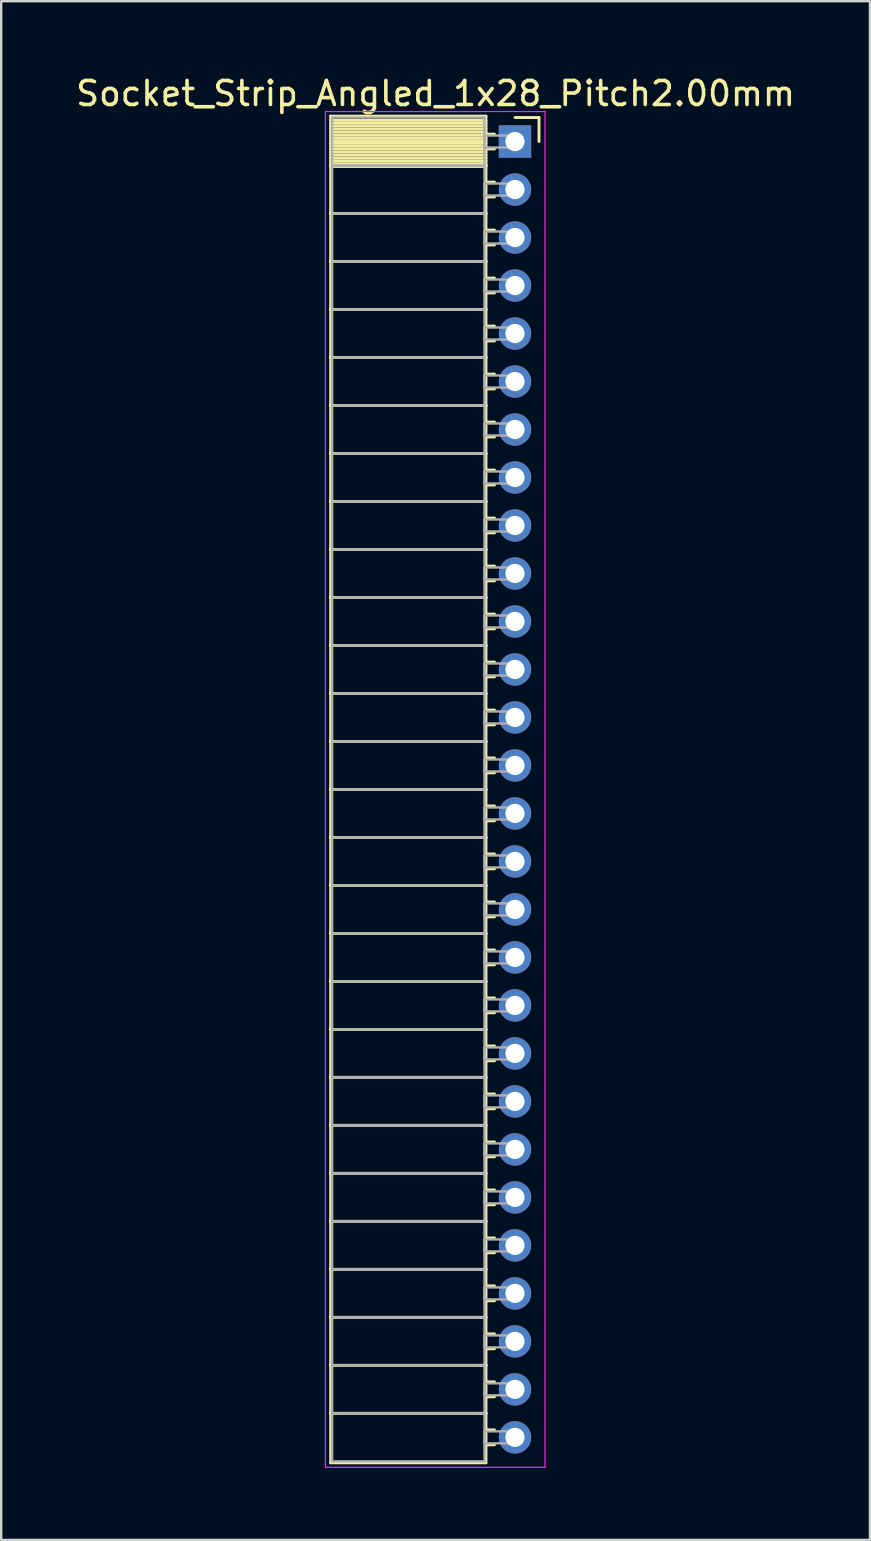
<source format=kicad_pcb>
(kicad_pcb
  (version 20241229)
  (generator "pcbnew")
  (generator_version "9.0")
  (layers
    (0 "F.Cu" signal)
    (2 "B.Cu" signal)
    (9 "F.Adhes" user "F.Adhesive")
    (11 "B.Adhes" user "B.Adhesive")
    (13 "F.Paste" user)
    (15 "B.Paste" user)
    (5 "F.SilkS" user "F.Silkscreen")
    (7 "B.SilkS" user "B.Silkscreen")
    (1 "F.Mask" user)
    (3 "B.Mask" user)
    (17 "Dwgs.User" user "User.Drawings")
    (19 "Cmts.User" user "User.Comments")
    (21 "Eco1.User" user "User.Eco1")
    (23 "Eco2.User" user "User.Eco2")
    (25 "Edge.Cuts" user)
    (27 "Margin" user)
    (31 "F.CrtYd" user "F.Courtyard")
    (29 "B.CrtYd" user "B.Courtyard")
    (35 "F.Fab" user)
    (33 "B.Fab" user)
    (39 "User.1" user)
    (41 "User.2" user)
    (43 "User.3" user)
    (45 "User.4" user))
  (footprint "Socket_Strip_Angled_1x28_Pitch2.00mm"
    (layer "F.Cu")
    (at 18.411 2.848)
    (property "Reference" "Socket_Strip_Angled_1x28_Pitch2.00mm" (at -3.31 -2 0) (layer "F.SilkS") (effects (font (size 1 1) (thickness 0.15))))
    (attr through_hole)
    (fp_line (start -7.68 -1.06) (end -1.21 -1.06) (stroke (width 0.12) (type solid)) (layer "F.SilkS"))
    (fp_line (start -7.68 1) (end -7.68 -1.06) (stroke (width 0.12) (type solid)) (layer "F.SilkS"))
    (fp_line (start -7.68 1) (end -1.21 1) (stroke (width 0.12) (type solid)) (layer "F.SilkS"))
    (fp_line (start -7.68 3) (end -7.68 1) (stroke (width 0.12) (type solid)) (layer "F.SilkS"))
    (fp_line (start -7.68 3) (end -1.21 3) (stroke (width 0.12) (type solid)) (layer "F.SilkS"))
    (fp_line (start -7.68 5) (end -7.68 3) (stroke (width 0.12) (type solid)) (layer "F.SilkS"))
    (fp_line (start -7.68 5) (end -1.21 5) (stroke (width 0.12) (type solid)) (layer "F.SilkS"))
    (fp_line (start -7.68 7) (end -7.68 5) (stroke (width 0.12) (type solid)) (layer "F.SilkS"))
    (fp_line (start -7.68 7) (end -1.21 7) (stroke (width 0.12) (type solid)) (layer "F.SilkS"))
    (fp_line (start -7.68 9) (end -7.68 7) (stroke (width 0.12) (type solid)) (layer "F.SilkS"))
    (fp_line (start -7.68 9) (end -1.21 9) (stroke (width 0.12) (type solid)) (layer "F.SilkS"))
    (fp_line (start -7.68 11) (end -7.68 9) (stroke (width 0.12) (type solid)) (layer "F.SilkS"))
    (fp_line (start -7.68 11) (end -1.21 11) (stroke (width 0.12) (type solid)) (layer "F.SilkS"))
    (fp_line (start -7.68 13) (end -7.68 11) (stroke (width 0.12) (type solid)) (layer "F.SilkS"))
    (fp_line (start -7.68 13) (end -1.21 13) (stroke (width 0.12) (type solid)) (layer "F.SilkS"))
    (fp_line (start -7.68 15) (end -7.68 13) (stroke (width 0.12) (type solid)) (layer "F.SilkS"))
    (fp_line (start -7.68 15) (end -1.21 15) (stroke (width 0.12) (type solid)) (layer "F.SilkS"))
    (fp_line (start -7.68 17) (end -7.68 15) (stroke (width 0.12) (type solid)) (layer "F.SilkS"))
    (fp_line (start -7.68 17) (end -1.21 17) (stroke (width 0.12) (type solid)) (layer "F.SilkS"))
    (fp_line (start -7.68 19) (end -7.68 17) (stroke (width 0.12) (type solid)) (layer "F.SilkS"))
    (fp_line (start -7.68 19) (end -1.21 19) (stroke (width 0.12) (type solid)) (layer "F.SilkS"))
    (fp_line (start -7.68 21) (end -7.68 19) (stroke (width 0.12) (type solid)) (layer "F.SilkS"))
    (fp_line (start -7.68 21) (end -1.21 21) (stroke (width 0.12) (type solid)) (layer "F.SilkS"))
    (fp_line (start -7.68 23) (end -7.68 21) (stroke (width 0.12) (type solid)) (layer "F.SilkS"))
    (fp_line (start -7.68 23) (end -1.21 23) (stroke (width 0.12) (type solid)) (layer "F.SilkS"))
    (fp_line (start -7.68 25) (end -7.68 23) (stroke (width 0.12) (type solid)) (layer "F.SilkS"))
    (fp_line (start -7.68 25) (end -1.21 25) (stroke (width 0.12) (type solid)) (layer "F.SilkS"))
    (fp_line (start -7.68 27) (end -7.68 25) (stroke (width 0.12) (type solid)) (layer "F.SilkS"))
    (fp_line (start -7.68 27) (end -1.21 27) (stroke (width 0.12) (type solid)) (layer "F.SilkS"))
    (fp_line (start -7.68 29) (end -7.68 27) (stroke (width 0.12) (type solid)) (layer "F.SilkS"))
    (fp_line (start -7.68 29) (end -1.21 29) (stroke (width 0.12) (type solid)) (layer "F.SilkS"))
    (fp_line (start -7.68 31) (end -7.68 29) (stroke (width 0.12) (type solid)) (layer "F.SilkS"))
    (fp_line (start -7.68 31) (end -1.21 31) (stroke (width 0.12) (type solid)) (layer "F.SilkS"))
    (fp_line (start -7.68 33) (end -7.68 31) (stroke (width 0.12) (type solid)) (layer "F.SilkS"))
    (fp_line (start -7.68 33) (end -1.21 33) (stroke (width 0.12) (type solid)) (layer "F.SilkS"))
    (fp_line (start -7.68 35) (end -7.68 33) (stroke (width 0.12) (type solid)) (layer "F.SilkS"))
    (fp_line (start -7.68 35) (end -1.21 35) (stroke (width 0.12) (type solid)) (layer "F.SilkS"))
    (fp_line (start -7.68 37) (end -7.68 35) (stroke (width 0.12) (type solid)) (layer "F.SilkS"))
    (fp_line (start -7.68 37) (end -1.21 37) (stroke (width 0.12) (type solid)) (layer "F.SilkS"))
    (fp_line (start -7.68 39) (end -7.68 37) (stroke (width 0.12) (type solid)) (layer "F.SilkS"))
    (fp_line (start -7.68 39) (end -1.21 39) (stroke (width 0.12) (type solid)) (layer "F.SilkS"))
    (fp_line (start -7.68 41) (end -7.68 39) (stroke (width 0.12) (type solid)) (layer "F.SilkS"))
    (fp_line (start -7.68 41) (end -1.21 41) (stroke (width 0.12) (type solid)) (layer "F.SilkS"))
    (fp_line (start -7.68 43) (end -7.68 41) (stroke (width 0.12) (type solid)) (layer "F.SilkS"))
    (fp_line (start -7.68 43) (end -1.21 43) (stroke (width 0.12) (type solid)) (layer "F.SilkS"))
    (fp_line (start -7.68 45) (end -7.68 43) (stroke (width 0.12) (type solid)) (layer "F.SilkS"))
    (fp_line (start -7.68 45) (end -1.21 45) (stroke (width 0.12) (type solid)) (layer "F.SilkS"))
    (fp_line (start -7.68 47) (end -7.68 45) (stroke (width 0.12) (type solid)) (layer "F.SilkS"))
    (fp_line (start -7.68 47) (end -1.21 47) (stroke (width 0.12) (type solid)) (layer "F.SilkS"))
    (fp_line (start -7.68 49) (end -7.68 47) (stroke (width 0.12) (type solid)) (layer "F.SilkS"))
    (fp_line (start -7.68 49) (end -1.21 49) (stroke (width 0.12) (type solid)) (layer "F.SilkS"))
    (fp_line (start -7.68 51) (end -7.68 49) (stroke (width 0.12) (type solid)) (layer "F.SilkS"))
    (fp_line (start -7.68 51) (end -1.21 51) (stroke (width 0.12) (type solid)) (layer "F.SilkS"))
    (fp_line (start -7.68 53) (end -7.68 51) (stroke (width 0.12) (type solid)) (layer "F.SilkS"))
    (fp_line (start -7.68 53) (end -1.21 53) (stroke (width 0.12) (type solid)) (layer "F.SilkS"))
    (fp_line (start -7.68 55.06) (end -7.68 53) (stroke (width 0.12) (type solid)) (layer "F.SilkS"))
    (fp_line (start -1.21 -1.06) (end -1.21 1) (stroke (width 0.12) (type solid)) (layer "F.SilkS"))
    (fp_line (start -1.21 -0.88) (end -7.68 -0.88) (stroke (width 0.12) (type solid)) (layer "F.SilkS"))
    (fp_line (start -1.21 -0.76) (end -7.68 -0.76) (stroke (width 0.12) (type solid)) (layer "F.SilkS"))
    (fp_line (start -1.21 -0.64) (end -7.68 -0.64) (stroke (width 0.12) (type solid)) (layer "F.SilkS"))
    (fp_line (start -1.21 -0.52) (end -7.68 -0.52) (stroke (width 0.12) (type solid)) (layer "F.SilkS"))
    (fp_line (start -1.21 -0.4) (end -7.68 -0.4) (stroke (width 0.12) (type solid)) (layer "F.SilkS"))
    (fp_line (start -1.21 -0.28) (end -7.68 -0.28) (stroke (width 0.12) (type solid)) (layer "F.SilkS"))
    (fp_line (start -1.21 -0.16) (end -7.68 -0.16) (stroke (width 0.12) (type solid)) (layer "F.SilkS"))
    (fp_line (start -1.21 -0.04) (end -7.68 -0.04) (stroke (width 0.12) (type solid)) (layer "F.SilkS"))
    (fp_line (start -1.21 0.08) (end -7.68 0.08) (stroke (width 0.12) (type solid)) (layer "F.SilkS"))
    (fp_line (start -1.21 0.2) (end -7.68 0.2) (stroke (width 0.12) (type solid)) (layer "F.SilkS"))
    (fp_line (start -1.21 0.32) (end -7.68 0.32) (stroke (width 0.12) (type solid)) (layer "F.SilkS"))
    (fp_line (start -1.21 0.44) (end -7.68 0.44) (stroke (width 0.12) (type solid)) (layer "F.SilkS"))
    (fp_line (start -1.21 0.56) (end -7.68 0.56) (stroke (width 0.12) (type solid)) (layer "F.SilkS"))
    (fp_line (start -1.21 0.68) (end -7.68 0.68) (stroke (width 0.12) (type solid)) (layer "F.SilkS"))
    (fp_line (start -1.21 0.8) (end -7.68 0.8) (stroke (width 0.12) (type solid)) (layer "F.SilkS"))
    (fp_line (start -1.21 0.92) (end -7.68 0.92) (stroke (width 0.12) (type solid)) (layer "F.SilkS"))
    (fp_line (start -1.21 1) (end -7.68 1) (stroke (width 0.12) (type solid)) (layer "F.SilkS"))
    (fp_line (start -1.21 1) (end -1.21 3) (stroke (width 0.12) (type solid)) (layer "F.SilkS"))
    (fp_line (start -1.21 1.04) (end -7.68 1.04) (stroke (width 0.12) (type solid)) (layer "F.SilkS"))
    (fp_line (start -1.21 3) (end -7.68 3) (stroke (width 0.12) (type solid)) (layer "F.SilkS"))
    (fp_line (start -1.21 3) (end -1.21 5) (stroke (width 0.12) (type solid)) (layer "F.SilkS"))
    (fp_line (start -1.21 5) (end -7.68 5) (stroke (width 0.12) (type solid)) (layer "F.SilkS"))
    (fp_line (start -1.21 5) (end -1.21 7) (stroke (width 0.12) (type solid)) (layer "F.SilkS"))
    (fp_line (start -1.21 7) (end -7.68 7) (stroke (width 0.12) (type solid)) (layer "F.SilkS"))
    (fp_line (start -1.21 7) (end -1.21 9) (stroke (width 0.12) (type solid)) (layer "F.SilkS"))
    (fp_line (start -1.21 9) (end -7.68 9) (stroke (width 0.12) (type solid)) (layer "F.SilkS"))
    (fp_line (start -1.21 9) (end -1.21 11) (stroke (width 0.12) (type solid)) (layer "F.SilkS"))
    (fp_line (start -1.21 11) (end -7.68 11) (stroke (width 0.12) (type solid)) (layer "F.SilkS"))
    (fp_line (start -1.21 11) (end -1.21 13) (stroke (width 0.12) (type solid)) (layer "F.SilkS"))
    (fp_line (start -1.21 13) (end -7.68 13) (stroke (width 0.12) (type solid)) (layer "F.SilkS"))
    (fp_line (start -1.21 13) (end -1.21 15) (stroke (width 0.12) (type solid)) (layer "F.SilkS"))
    (fp_line (start -1.21 15) (end -7.68 15) (stroke (width 0.12) (type solid)) (layer "F.SilkS"))
    (fp_line (start -1.21 15) (end -1.21 17) (stroke (width 0.12) (type solid)) (layer "F.SilkS"))
    (fp_line (start -1.21 17) (end -7.68 17) (stroke (width 0.12) (type solid)) (layer "F.SilkS"))
    (fp_line (start -1.21 17) (end -1.21 19) (stroke (width 0.12) (type solid)) (layer "F.SilkS"))
    (fp_line (start -1.21 19) (end -7.68 19) (stroke (width 0.12) (type solid)) (layer "F.SilkS"))
    (fp_line (start -1.21 19) (end -1.21 21) (stroke (width 0.12) (type solid)) (layer "F.SilkS"))
    (fp_line (start -1.21 21) (end -7.68 21) (stroke (width 0.12) (type solid)) (layer "F.SilkS"))
    (fp_line (start -1.21 21) (end -1.21 23) (stroke (width 0.12) (type solid)) (layer "F.SilkS"))
    (fp_line (start -1.21 23) (end -7.68 23) (stroke (width 0.12) (type solid)) (layer "F.SilkS"))
    (fp_line (start -1.21 23) (end -1.21 25) (stroke (width 0.12) (type solid)) (layer "F.SilkS"))
    (fp_line (start -1.21 25) (end -7.68 25) (stroke (width 0.12) (type solid)) (layer "F.SilkS"))
    (fp_line (start -1.21 25) (end -1.21 27) (stroke (width 0.12) (type solid)) (layer "F.SilkS"))
    (fp_line (start -1.21 27) (end -7.68 27) (stroke (width 0.12) (type solid)) (layer "F.SilkS"))
    (fp_line (start -1.21 27) (end -1.21 29) (stroke (width 0.12) (type solid)) (layer "F.SilkS"))
    (fp_line (start -1.21 29) (end -7.68 29) (stroke (width 0.12) (type solid)) (layer "F.SilkS"))
    (fp_line (start -1.21 29) (end -1.21 31) (stroke (width 0.12) (type solid)) (layer "F.SilkS"))
    (fp_line (start -1.21 31) (end -7.68 31) (stroke (width 0.12) (type solid)) (layer "F.SilkS"))
    (fp_line (start -1.21 31) (end -1.21 33) (stroke (width 0.12) (type solid)) (layer "F.SilkS"))
    (fp_line (start -1.21 33) (end -7.68 33) (stroke (width 0.12) (type solid)) (layer "F.SilkS"))
    (fp_line (start -1.21 33) (end -1.21 35) (stroke (width 0.12) (type solid)) (layer "F.SilkS"))
    (fp_line (start -1.21 35) (end -7.68 35) (stroke (width 0.12) (type solid)) (layer "F.SilkS"))
    (fp_line (start -1.21 35) (end -1.21 37) (stroke (width 0.12) (type solid)) (layer "F.SilkS"))
    (fp_line (start -1.21 37) (end -7.68 37) (stroke (width 0.12) (type solid)) (layer "F.SilkS"))
    (fp_line (start -1.21 37) (end -1.21 39) (stroke (width 0.12) (type solid)) (layer "F.SilkS"))
    (fp_line (start -1.21 39) (end -7.68 39) (stroke (width 0.12) (type solid)) (layer "F.SilkS"))
    (fp_line (start -1.21 39) (end -1.21 41) (stroke (width 0.12) (type solid)) (layer "F.SilkS"))
    (fp_line (start -1.21 41) (end -7.68 41) (stroke (width 0.12) (type solid)) (layer "F.SilkS"))
    (fp_line (start -1.21 41) (end -1.21 43) (stroke (width 0.12) (type solid)) (layer "F.SilkS"))
    (fp_line (start -1.21 43) (end -7.68 43) (stroke (width 0.12) (type solid)) (layer "F.SilkS"))
    (fp_line (start -1.21 43) (end -1.21 45) (stroke (width 0.12) (type solid)) (layer "F.SilkS"))
    (fp_line (start -1.21 45) (end -7.68 45) (stroke (width 0.12) (type solid)) (layer "F.SilkS"))
    (fp_line (start -1.21 45) (end -1.21 47) (stroke (width 0.12) (type solid)) (layer "F.SilkS"))
    (fp_line (start -1.21 47) (end -7.68 47) (stroke (width 0.12) (type solid)) (layer "F.SilkS"))
    (fp_line (start -1.21 47) (end -1.21 49) (stroke (width 0.12) (type solid)) (layer "F.SilkS"))
    (fp_line (start -1.21 49) (end -7.68 49) (stroke (width 0.12) (type solid)) (layer "F.SilkS"))
    (fp_line (start -1.21 49) (end -1.21 51) (stroke (width 0.12) (type solid)) (layer "F.SilkS"))
    (fp_line (start -1.21 51) (end -7.68 51) (stroke (width 0.12) (type solid)) (layer "F.SilkS"))
    (fp_line (start -1.21 51) (end -1.21 53) (stroke (width 0.12) (type solid)) (layer "F.SilkS"))
    (fp_line (start -1.21 53) (end -7.68 53) (stroke (width 0.12) (type solid)) (layer "F.SilkS"))
    (fp_line (start -1.21 53) (end -1.21 55.06) (stroke (width 0.12) (type solid)) (layer "F.SilkS"))
    (fp_line (start -1.21 55.06) (end -7.68 55.06) (stroke (width 0.12) (type solid)) (layer "F.SilkS"))
    (fp_line (start -0.855 -0.31) (end -1.21 -0.31) (stroke (width 0.12) (type solid)) (layer "F.SilkS"))
    (fp_line (start -0.855 0.31) (end -1.21 0.31) (stroke (width 0.12) (type solid)) (layer "F.SilkS"))
    (fp_line (start -0.855 1.69) (end -1.21 1.69) (stroke (width 0.12) (type solid)) (layer "F.SilkS"))
    (fp_line (start -0.855 2.31) (end -1.21 2.31) (stroke (width 0.12) (type solid)) (layer "F.SilkS"))
    (fp_line (start -0.855 3.69) (end -1.21 3.69) (stroke (width 0.12) (type solid)) (layer "F.SilkS"))
    (fp_line (start -0.855 4.31) (end -1.21 4.31) (stroke (width 0.12) (type solid)) (layer "F.SilkS"))
    (fp_line (start -0.855 5.69) (end -1.21 5.69) (stroke (width 0.12) (type solid)) (layer "F.SilkS"))
    (fp_line (start -0.855 6.31) (end -1.21 6.31) (stroke (width 0.12) (type solid)) (layer "F.SilkS"))
    (fp_line (start -0.855 7.69) (end -1.21 7.69) (stroke (width 0.12) (type solid)) (layer "F.SilkS"))
    (fp_line (start -0.855 8.31) (end -1.21 8.31) (stroke (width 0.12) (type solid)) (layer "F.SilkS"))
    (fp_line (start -0.855 9.69) (end -1.21 9.69) (stroke (width 0.12) (type solid)) (layer "F.SilkS"))
    (fp_line (start -0.855 10.31) (end -1.21 10.31) (stroke (width 0.12) (type solid)) (layer "F.SilkS"))
    (fp_line (start -0.855 11.69) (end -1.21 11.69) (stroke (width 0.12) (type solid)) (layer "F.SilkS"))
    (fp_line (start -0.855 12.31) (end -1.21 12.31) (stroke (width 0.12) (type solid)) (layer "F.SilkS"))
    (fp_line (start -0.855 13.69) (end -1.21 13.69) (stroke (width 0.12) (type solid)) (layer "F.SilkS"))
    (fp_line (start -0.855 14.31) (end -1.21 14.31) (stroke (width 0.12) (type solid)) (layer "F.SilkS"))
    (fp_line (start -0.855 15.69) (end -1.21 15.69) (stroke (width 0.12) (type solid)) (layer "F.SilkS"))
    (fp_line (start -0.855 16.31) (end -1.21 16.31) (stroke (width 0.12) (type solid)) (layer "F.SilkS"))
    (fp_line (start -0.855 17.69) (end -1.21 17.69) (stroke (width 0.12) (type solid)) (layer "F.SilkS"))
    (fp_line (start -0.855 18.31) (end -1.21 18.31) (stroke (width 0.12) (type solid)) (layer "F.SilkS"))
    (fp_line (start -0.855 19.69) (end -1.21 19.69) (stroke (width 0.12) (type solid)) (layer "F.SilkS"))
    (fp_line (start -0.855 20.31) (end -1.21 20.31) (stroke (width 0.12) (type solid)) (layer "F.SilkS"))
    (fp_line (start -0.855 21.69) (end -1.21 21.69) (stroke (width 0.12) (type solid)) (layer "F.SilkS"))
    (fp_line (start -0.855 22.31) (end -1.21 22.31) (stroke (width 0.12) (type solid)) (layer "F.SilkS"))
    (fp_line (start -0.855 23.69) (end -1.21 23.69) (stroke (width 0.12) (type solid)) (layer "F.SilkS"))
    (fp_line (start -0.855 24.31) (end -1.21 24.31) (stroke (width 0.12) (type solid)) (layer "F.SilkS"))
    (fp_line (start -0.855 25.69) (end -1.21 25.69) (stroke (width 0.12) (type solid)) (layer "F.SilkS"))
    (fp_line (start -0.855 26.31) (end -1.21 26.31) (stroke (width 0.12) (type solid)) (layer "F.SilkS"))
    (fp_line (start -0.855 27.69) (end -1.21 27.69) (stroke (width 0.12) (type solid)) (layer "F.SilkS"))
    (fp_line (start -0.855 28.31) (end -1.21 28.31) (stroke (width 0.12) (type solid)) (layer "F.SilkS"))
    (fp_line (start -0.855 29.69) (end -1.21 29.69) (stroke (width 0.12) (type solid)) (layer "F.SilkS"))
    (fp_line (start -0.855 30.31) (end -1.21 30.31) (stroke (width 0.12) (type solid)) (layer "F.SilkS"))
    (fp_line (start -0.855 31.69) (end -1.21 31.69) (stroke (width 0.12) (type solid)) (layer "F.SilkS"))
    (fp_line (start -0.855 32.31) (end -1.21 32.31) (stroke (width 0.12) (type solid)) (layer "F.SilkS"))
    (fp_line (start -0.855 33.69) (end -1.21 33.69) (stroke (width 0.12) (type solid)) (layer "F.SilkS"))
    (fp_line (start -0.855 34.31) (end -1.21 34.31) (stroke (width 0.12) (type solid)) (layer "F.SilkS"))
    (fp_line (start -0.855 35.69) (end -1.21 35.69) (stroke (width 0.12) (type solid)) (layer "F.SilkS"))
    (fp_line (start -0.855 36.31) (end -1.21 36.31) (stroke (width 0.12) (type solid)) (layer "F.SilkS"))
    (fp_line (start -0.855 37.69) (end -1.21 37.69) (stroke (width 0.12) (type solid)) (layer "F.SilkS"))
    (fp_line (start -0.855 38.31) (end -1.21 38.31) (stroke (width 0.12) (type solid)) (layer "F.SilkS"))
    (fp_line (start -0.855 39.69) (end -1.21 39.69) (stroke (width 0.12) (type solid)) (layer "F.SilkS"))
    (fp_line (start -0.855 40.31) (end -1.21 40.31) (stroke (width 0.12) (type solid)) (layer "F.SilkS"))
    (fp_line (start -0.855 41.69) (end -1.21 41.69) (stroke (width 0.12) (type solid)) (layer "F.SilkS"))
    (fp_line (start -0.855 42.31) (end -1.21 42.31) (stroke (width 0.12) (type solid)) (layer "F.SilkS"))
    (fp_line (start -0.855 43.69) (end -1.21 43.69) (stroke (width 0.12) (type solid)) (layer "F.SilkS"))
    (fp_line (start -0.855 44.31) (end -1.21 44.31) (stroke (width 0.12) (type solid)) (layer "F.SilkS"))
    (fp_line (start -0.855 45.69) (end -1.21 45.69) (stroke (width 0.12) (type solid)) (layer "F.SilkS"))
    (fp_line (start -0.855 46.31) (end -1.21 46.31) (stroke (width 0.12) (type solid)) (layer "F.SilkS"))
    (fp_line (start -0.855 47.69) (end -1.21 47.69) (stroke (width 0.12) (type solid)) (layer "F.SilkS"))
    (fp_line (start -0.855 48.31) (end -1.21 48.31) (stroke (width 0.12) (type solid)) (layer "F.SilkS"))
    (fp_line (start -0.855 49.69) (end -1.21 49.69) (stroke (width 0.12) (type solid)) (layer "F.SilkS"))
    (fp_line (start -0.855 50.31) (end -1.21 50.31) (stroke (width 0.12) (type solid)) (layer "F.SilkS"))
    (fp_line (start -0.855 51.69) (end -1.21 51.69) (stroke (width 0.12) (type solid)) (layer "F.SilkS"))
    (fp_line (start -0.855 52.31) (end -1.21 52.31) (stroke (width 0.12) (type solid)) (layer "F.SilkS"))
    (fp_line (start -0.855 53.69) (end -1.21 53.69) (stroke (width 0.12) (type solid)) (layer "F.SilkS"))
    (fp_line (start -0.855 54.31) (end -1.21 54.31) (stroke (width 0.12) (type solid)) (layer "F.SilkS"))
    (fp_line (start 0 -1) (end 1 -1) (stroke (width 0.12) (type solid)) (layer "F.SilkS"))
    (fp_line (start 1 -1) (end 1 0) (stroke (width 0.12) (type solid)) (layer "F.SilkS"))
    (fp_line (start -7.9 -1.25) (end 1.25 -1.25) (stroke (width 0.05) (type solid)) (layer "F.CrtYd"))
    (fp_line (start -7.9 55.25) (end -7.9 -1.25) (stroke (width 0.05) (type solid)) (layer "F.CrtYd"))
    (fp_line (start 1.25 -1.25) (end 1.25 55.25) (stroke (width 0.05) (type solid)) (layer "F.CrtYd"))
    (fp_line (start 1.25 55.25) (end -7.9 55.25) (stroke (width 0.05) (type solid)) (layer "F.CrtYd"))
    (fp_line (start -7.62 -1) (end -1.27 -1) (stroke (width 0.1) (type solid)) (layer "F.Fab"))
    (fp_line (start -7.62 1) (end -7.62 -1) (stroke (width 0.1) (type solid)) (layer "F.Fab"))
    (fp_line (start -7.62 1) (end -1.27 1) (stroke (width 0.1) (type solid)) (layer "F.Fab"))
    (fp_line (start -7.62 3) (end -7.62 1) (stroke (width 0.1) (type solid)) (layer "F.Fab"))
    (fp_line (start -7.62 3) (end -1.27 3) (stroke (width 0.1) (type solid)) (layer "F.Fab"))
    (fp_line (start -7.62 5) (end -7.62 3) (stroke (width 0.1) (type solid)) (layer "F.Fab"))
    (fp_line (start -7.62 5) (end -1.27 5) (stroke (width 0.1) (type solid)) (layer "F.Fab"))
    (fp_line (start -7.62 7) (end -7.62 5) (stroke (width 0.1) (type solid)) (layer "F.Fab"))
    (fp_line (start -7.62 7) (end -1.27 7) (stroke (width 0.1) (type solid)) (layer "F.Fab"))
    (fp_line (start -7.62 9) (end -7.62 7) (stroke (width 0.1) (type solid)) (layer "F.Fab"))
    (fp_line (start -7.62 9) (end -1.27 9) (stroke (width 0.1) (type solid)) (layer "F.Fab"))
    (fp_line (start -7.62 11) (end -7.62 9) (stroke (width 0.1) (type solid)) (layer "F.Fab"))
    (fp_line (start -7.62 11) (end -1.27 11) (stroke (width 0.1) (type solid)) (layer "F.Fab"))
    (fp_line (start -7.62 13) (end -7.62 11) (stroke (width 0.1) (type solid)) (layer "F.Fab"))
    (fp_line (start -7.62 13) (end -1.27 13) (stroke (width 0.1) (type solid)) (layer "F.Fab"))
    (fp_line (start -7.62 15) (end -7.62 13) (stroke (width 0.1) (type solid)) (layer "F.Fab"))
    (fp_line (start -7.62 15) (end -1.27 15) (stroke (width 0.1) (type solid)) (layer "F.Fab"))
    (fp_line (start -7.62 17) (end -7.62 15) (stroke (width 0.1) (type solid)) (layer "F.Fab"))
    (fp_line (start -7.62 17) (end -1.27 17) (stroke (width 0.1) (type solid)) (layer "F.Fab"))
    (fp_line (start -7.62 19) (end -7.62 17) (stroke (width 0.1) (type solid)) (layer "F.Fab"))
    (fp_line (start -7.62 19) (end -1.27 19) (stroke (width 0.1) (type solid)) (layer "F.Fab"))
    (fp_line (start -7.62 21) (end -7.62 19) (stroke (width 0.1) (type solid)) (layer "F.Fab"))
    (fp_line (start -7.62 21) (end -1.27 21) (stroke (width 0.1) (type solid)) (layer "F.Fab"))
    (fp_line (start -7.62 23) (end -7.62 21) (stroke (width 0.1) (type solid)) (layer "F.Fab"))
    (fp_line (start -7.62 23) (end -1.27 23) (stroke (width 0.1) (type solid)) (layer "F.Fab"))
    (fp_line (start -7.62 25) (end -7.62 23) (stroke (width 0.1) (type solid)) (layer "F.Fab"))
    (fp_line (start -7.62 25) (end -1.27 25) (stroke (width 0.1) (type solid)) (layer "F.Fab"))
    (fp_line (start -7.62 27) (end -7.62 25) (stroke (width 0.1) (type solid)) (layer "F.Fab"))
    (fp_line (start -7.62 27) (end -1.27 27) (stroke (width 0.1) (type solid)) (layer "F.Fab"))
    (fp_line (start -7.62 29) (end -7.62 27) (stroke (width 0.1) (type solid)) (layer "F.Fab"))
    (fp_line (start -7.62 29) (end -1.27 29) (stroke (width 0.1) (type solid)) (layer "F.Fab"))
    (fp_line (start -7.62 31) (end -7.62 29) (stroke (width 0.1) (type solid)) (layer "F.Fab"))
    (fp_line (start -7.62 31) (end -1.27 31) (stroke (width 0.1) (type solid)) (layer "F.Fab"))
    (fp_line (start -7.62 33) (end -7.62 31) (stroke (width 0.1) (type solid)) (layer "F.Fab"))
    (fp_line (start -7.62 33) (end -1.27 33) (stroke (width 0.1) (type solid)) (layer "F.Fab"))
    (fp_line (start -7.62 35) (end -7.62 33) (stroke (width 0.1) (type solid)) (layer "F.Fab"))
    (fp_line (start -7.62 35) (end -1.27 35) (stroke (width 0.1) (type solid)) (layer "F.Fab"))
    (fp_line (start -7.62 37) (end -7.62 35) (stroke (width 0.1) (type solid)) (layer "F.Fab"))
    (fp_line (start -7.62 37) (end -1.27 37) (stroke (width 0.1) (type solid)) (layer "F.Fab"))
    (fp_line (start -7.62 39) (end -7.62 37) (stroke (width 0.1) (type solid)) (layer "F.Fab"))
    (fp_line (start -7.62 39) (end -1.27 39) (stroke (width 0.1) (type solid)) (layer "F.Fab"))
    (fp_line (start -7.62 41) (end -7.62 39) (stroke (width 0.1) (type solid)) (layer "F.Fab"))
    (fp_line (start -7.62 41) (end -1.27 41) (stroke (width 0.1) (type solid)) (layer "F.Fab"))
    (fp_line (start -7.62 43) (end -7.62 41) (stroke (width 0.1) (type solid)) (layer "F.Fab"))
    (fp_line (start -7.62 43) (end -1.27 43) (stroke (width 0.1) (type solid)) (layer "F.Fab"))
    (fp_line (start -7.62 45) (end -7.62 43) (stroke (width 0.1) (type solid)) (layer "F.Fab"))
    (fp_line (start -7.62 45) (end -1.27 45) (stroke (width 0.1) (type solid)) (layer "F.Fab"))
    (fp_line (start -7.62 47) (end -7.62 45) (stroke (width 0.1) (type solid)) (layer "F.Fab"))
    (fp_line (start -7.62 47) (end -1.27 47) (stroke (width 0.1) (type solid)) (layer "F.Fab"))
    (fp_line (start -7.62 49) (end -7.62 47) (stroke (width 0.1) (type solid)) (layer "F.Fab"))
    (fp_line (start -7.62 49) (end -1.27 49) (stroke (width 0.1) (type solid)) (layer "F.Fab"))
    (fp_line (start -7.62 51) (end -7.62 49) (stroke (width 0.1) (type solid)) (layer "F.Fab"))
    (fp_line (start -7.62 51) (end -1.27 51) (stroke (width 0.1) (type solid)) (layer "F.Fab"))
    (fp_line (start -7.62 53) (end -7.62 51) (stroke (width 0.1) (type solid)) (layer "F.Fab"))
    (fp_line (start -7.62 53) (end -1.27 53) (stroke (width 0.1) (type solid)) (layer "F.Fab"))
    (fp_line (start -7.62 55) (end -7.62 53) (stroke (width 0.1) (type solid)) (layer "F.Fab"))
    (fp_line (start -1.27 -1) (end -1.27 1) (stroke (width 0.1) (type solid)) (layer "F.Fab"))
    (fp_line (start -1.27 -0.25) (end 0 -0.25) (stroke (width 0.1) (type solid)) (layer "F.Fab"))
    (fp_line (start -1.27 0.25) (end -1.27 -0.25) (stroke (width 0.1) (type solid)) (layer "F.Fab"))
    (fp_line (start -1.27 1) (end -7.62 1) (stroke (width 0.1) (type solid)) (layer "F.Fab"))
    (fp_line (start -1.27 1) (end -1.27 3) (stroke (width 0.1) (type solid)) (layer "F.Fab"))
    (fp_line (start -1.27 1.75) (end 0 1.75) (stroke (width 0.1) (type solid)) (layer "F.Fab"))
    (fp_line (start -1.27 2.25) (end -1.27 1.75) (stroke (width 0.1) (type solid)) (layer "F.Fab"))
    (fp_line (start -1.27 3) (end -7.62 3) (stroke (width 0.1) (type solid)) (layer "F.Fab"))
    (fp_line (start -1.27 3) (end -1.27 5) (stroke (width 0.1) (type solid)) (layer "F.Fab"))
    (fp_line (start -1.27 3.75) (end 0 3.75) (stroke (width 0.1) (type solid)) (layer "F.Fab"))
    (fp_line (start -1.27 4.25) (end -1.27 3.75) (stroke (width 0.1) (type solid)) (layer "F.Fab"))
    (fp_line (start -1.27 5) (end -7.62 5) (stroke (width 0.1) (type solid)) (layer "F.Fab"))
    (fp_line (start -1.27 5) (end -1.27 7) (stroke (width 0.1) (type solid)) (layer "F.Fab"))
    (fp_line (start -1.27 5.75) (end 0 5.75) (stroke (width 0.1) (type solid)) (layer "F.Fab"))
    (fp_line (start -1.27 6.25) (end -1.27 5.75) (stroke (width 0.1) (type solid)) (layer "F.Fab"))
    (fp_line (start -1.27 7) (end -7.62 7) (stroke (width 0.1) (type solid)) (layer "F.Fab"))
    (fp_line (start -1.27 7) (end -1.27 9) (stroke (width 0.1) (type solid)) (layer "F.Fab"))
    (fp_line (start -1.27 7.75) (end 0 7.75) (stroke (width 0.1) (type solid)) (layer "F.Fab"))
    (fp_line (start -1.27 8.25) (end -1.27 7.75) (stroke (width 0.1) (type solid)) (layer "F.Fab"))
    (fp_line (start -1.27 9) (end -7.62 9) (stroke (width 0.1) (type solid)) (layer "F.Fab"))
    (fp_line (start -1.27 9) (end -1.27 11) (stroke (width 0.1) (type solid)) (layer "F.Fab"))
    (fp_line (start -1.27 9.75) (end 0 9.75) (stroke (width 0.1) (type solid)) (layer "F.Fab"))
    (fp_line (start -1.27 10.25) (end -1.27 9.75) (stroke (width 0.1) (type solid)) (layer "F.Fab"))
    (fp_line (start -1.27 11) (end -7.62 11) (stroke (width 0.1) (type solid)) (layer "F.Fab"))
    (fp_line (start -1.27 11) (end -1.27 13) (stroke (width 0.1) (type solid)) (layer "F.Fab"))
    (fp_line (start -1.27 11.75) (end 0 11.75) (stroke (width 0.1) (type solid)) (layer "F.Fab"))
    (fp_line (start -1.27 12.25) (end -1.27 11.75) (stroke (width 0.1) (type solid)) (layer "F.Fab"))
    (fp_line (start -1.27 13) (end -7.62 13) (stroke (width 0.1) (type solid)) (layer "F.Fab"))
    (fp_line (start -1.27 13) (end -1.27 15) (stroke (width 0.1) (type solid)) (layer "F.Fab"))
    (fp_line (start -1.27 13.75) (end 0 13.75) (stroke (width 0.1) (type solid)) (layer "F.Fab"))
    (fp_line (start -1.27 14.25) (end -1.27 13.75) (stroke (width 0.1) (type solid)) (layer "F.Fab"))
    (fp_line (start -1.27 15) (end -7.62 15) (stroke (width 0.1) (type solid)) (layer "F.Fab"))
    (fp_line (start -1.27 15) (end -1.27 17) (stroke (width 0.1) (type solid)) (layer "F.Fab"))
    (fp_line (start -1.27 15.75) (end 0 15.75) (stroke (width 0.1) (type solid)) (layer "F.Fab"))
    (fp_line (start -1.27 16.25) (end -1.27 15.75) (stroke (width 0.1) (type solid)) (layer "F.Fab"))
    (fp_line (start -1.27 17) (end -7.62 17) (stroke (width 0.1) (type solid)) (layer "F.Fab"))
    (fp_line (start -1.27 17) (end -1.27 19) (stroke (width 0.1) (type solid)) (layer "F.Fab"))
    (fp_line (start -1.27 17.75) (end 0 17.75) (stroke (width 0.1) (type solid)) (layer "F.Fab"))
    (fp_line (start -1.27 18.25) (end -1.27 17.75) (stroke (width 0.1) (type solid)) (layer "F.Fab"))
    (fp_line (start -1.27 19) (end -7.62 19) (stroke (width 0.1) (type solid)) (layer "F.Fab"))
    (fp_line (start -1.27 19) (end -1.27 21) (stroke (width 0.1) (type solid)) (layer "F.Fab"))
    (fp_line (start -1.27 19.75) (end 0 19.75) (stroke (width 0.1) (type solid)) (layer "F.Fab"))
    (fp_line (start -1.27 20.25) (end -1.27 19.75) (stroke (width 0.1) (type solid)) (layer "F.Fab"))
    (fp_line (start -1.27 21) (end -7.62 21) (stroke (width 0.1) (type solid)) (layer "F.Fab"))
    (fp_line (start -1.27 21) (end -1.27 23) (stroke (width 0.1) (type solid)) (layer "F.Fab"))
    (fp_line (start -1.27 21.75) (end 0 21.75) (stroke (width 0.1) (type solid)) (layer "F.Fab"))
    (fp_line (start -1.27 22.25) (end -1.27 21.75) (stroke (width 0.1) (type solid)) (layer "F.Fab"))
    (fp_line (start -1.27 23) (end -7.62 23) (stroke (width 0.1) (type solid)) (layer "F.Fab"))
    (fp_line (start -1.27 23) (end -1.27 25) (stroke (width 0.1) (type solid)) (layer "F.Fab"))
    (fp_line (start -1.27 23.75) (end 0 23.75) (stroke (width 0.1) (type solid)) (layer "F.Fab"))
    (fp_line (start -1.27 24.25) (end -1.27 23.75) (stroke (width 0.1) (type solid)) (layer "F.Fab"))
    (fp_line (start -1.27 25) (end -7.62 25) (stroke (width 0.1) (type solid)) (layer "F.Fab"))
    (fp_line (start -1.27 25) (end -1.27 27) (stroke (width 0.1) (type solid)) (layer "F.Fab"))
    (fp_line (start -1.27 25.75) (end 0 25.75) (stroke (width 0.1) (type solid)) (layer "F.Fab"))
    (fp_line (start -1.27 26.25) (end -1.27 25.75) (stroke (width 0.1) (type solid)) (layer "F.Fab"))
    (fp_line (start -1.27 27) (end -7.62 27) (stroke (width 0.1) (type solid)) (layer "F.Fab"))
    (fp_line (start -1.27 27) (end -1.27 29) (stroke (width 0.1) (type solid)) (layer "F.Fab"))
    (fp_line (start -1.27 27.75) (end 0 27.75) (stroke (width 0.1) (type solid)) (layer "F.Fab"))
    (fp_line (start -1.27 28.25) (end -1.27 27.75) (stroke (width 0.1) (type solid)) (layer "F.Fab"))
    (fp_line (start -1.27 29) (end -7.62 29) (stroke (width 0.1) (type solid)) (layer "F.Fab"))
    (fp_line (start -1.27 29) (end -1.27 31) (stroke (width 0.1) (type solid)) (layer "F.Fab"))
    (fp_line (start -1.27 29.75) (end 0 29.75) (stroke (width 0.1) (type solid)) (layer "F.Fab"))
    (fp_line (start -1.27 30.25) (end -1.27 29.75) (stroke (width 0.1) (type solid)) (layer "F.Fab"))
    (fp_line (start -1.27 31) (end -7.62 31) (stroke (width 0.1) (type solid)) (layer "F.Fab"))
    (fp_line (start -1.27 31) (end -1.27 33) (stroke (width 0.1) (type solid)) (layer "F.Fab"))
    (fp_line (start -1.27 31.75) (end 0 31.75) (stroke (width 0.1) (type solid)) (layer "F.Fab"))
    (fp_line (start -1.27 32.25) (end -1.27 31.75) (stroke (width 0.1) (type solid)) (layer "F.Fab"))
    (fp_line (start -1.27 33) (end -7.62 33) (stroke (width 0.1) (type solid)) (layer "F.Fab"))
    (fp_line (start -1.27 33) (end -1.27 35) (stroke (width 0.1) (type solid)) (layer "F.Fab"))
    (fp_line (start -1.27 33.75) (end 0 33.75) (stroke (width 0.1) (type solid)) (layer "F.Fab"))
    (fp_line (start -1.27 34.25) (end -1.27 33.75) (stroke (width 0.1) (type solid)) (layer "F.Fab"))
    (fp_line (start -1.27 35) (end -7.62 35) (stroke (width 0.1) (type solid)) (layer "F.Fab"))
    (fp_line (start -1.27 35) (end -1.27 37) (stroke (width 0.1) (type solid)) (layer "F.Fab"))
    (fp_line (start -1.27 35.75) (end 0 35.75) (stroke (width 0.1) (type solid)) (layer "F.Fab"))
    (fp_line (start -1.27 36.25) (end -1.27 35.75) (stroke (width 0.1) (type solid)) (layer "F.Fab"))
    (fp_line (start -1.27 37) (end -7.62 37) (stroke (width 0.1) (type solid)) (layer "F.Fab"))
    (fp_line (start -1.27 37) (end -1.27 39) (stroke (width 0.1) (type solid)) (layer "F.Fab"))
    (fp_line (start -1.27 37.75) (end 0 37.75) (stroke (width 0.1) (type solid)) (layer "F.Fab"))
    (fp_line (start -1.27 38.25) (end -1.27 37.75) (stroke (width 0.1) (type solid)) (layer "F.Fab"))
    (fp_line (start -1.27 39) (end -7.62 39) (stroke (width 0.1) (type solid)) (layer "F.Fab"))
    (fp_line (start -1.27 39) (end -1.27 41) (stroke (width 0.1) (type solid)) (layer "F.Fab"))
    (fp_line (start -1.27 39.75) (end 0 39.75) (stroke (width 0.1) (type solid)) (layer "F.Fab"))
    (fp_line (start -1.27 40.25) (end -1.27 39.75) (stroke (width 0.1) (type solid)) (layer "F.Fab"))
    (fp_line (start -1.27 41) (end -7.62 41) (stroke (width 0.1) (type solid)) (layer "F.Fab"))
    (fp_line (start -1.27 41) (end -1.27 43) (stroke (width 0.1) (type solid)) (layer "F.Fab"))
    (fp_line (start -1.27 41.75) (end 0 41.75) (stroke (width 0.1) (type solid)) (layer "F.Fab"))
    (fp_line (start -1.27 42.25) (end -1.27 41.75) (stroke (width 0.1) (type solid)) (layer "F.Fab"))
    (fp_line (start -1.27 43) (end -7.62 43) (stroke (width 0.1) (type solid)) (layer "F.Fab"))
    (fp_line (start -1.27 43) (end -1.27 45) (stroke (width 0.1) (type solid)) (layer "F.Fab"))
    (fp_line (start -1.27 43.75) (end 0 43.75) (stroke (width 0.1) (type solid)) (layer "F.Fab"))
    (fp_line (start -1.27 44.25) (end -1.27 43.75) (stroke (width 0.1) (type solid)) (layer "F.Fab"))
    (fp_line (start -1.27 45) (end -7.62 45) (stroke (width 0.1) (type solid)) (layer "F.Fab"))
    (fp_line (start -1.27 45) (end -1.27 47) (stroke (width 0.1) (type solid)) (layer "F.Fab"))
    (fp_line (start -1.27 45.75) (end 0 45.75) (stroke (width 0.1) (type solid)) (layer "F.Fab"))
    (fp_line (start -1.27 46.25) (end -1.27 45.75) (stroke (width 0.1) (type solid)) (layer "F.Fab"))
    (fp_line (start -1.27 47) (end -7.62 47) (stroke (width 0.1) (type solid)) (layer "F.Fab"))
    (fp_line (start -1.27 47) (end -1.27 49) (stroke (width 0.1) (type solid)) (layer "F.Fab"))
    (fp_line (start -1.27 47.75) (end 0 47.75) (stroke (width 0.1) (type solid)) (layer "F.Fab"))
    (fp_line (start -1.27 48.25) (end -1.27 47.75) (stroke (width 0.1) (type solid)) (layer "F.Fab"))
    (fp_line (start -1.27 49) (end -7.62 49) (stroke (width 0.1) (type solid)) (layer "F.Fab"))
    (fp_line (start -1.27 49) (end -1.27 51) (stroke (width 0.1) (type solid)) (layer "F.Fab"))
    (fp_line (start -1.27 49.75) (end 0 49.75) (stroke (width 0.1) (type solid)) (layer "F.Fab"))
    (fp_line (start -1.27 50.25) (end -1.27 49.75) (stroke (width 0.1) (type solid)) (layer "F.Fab"))
    (fp_line (start -1.27 51) (end -7.62 51) (stroke (width 0.1) (type solid)) (layer "F.Fab"))
    (fp_line (start -1.27 51) (end -1.27 53) (stroke (width 0.1) (type solid)) (layer "F.Fab"))
    (fp_line (start -1.27 51.75) (end 0 51.75) (stroke (width 0.1) (type solid)) (layer "F.Fab"))
    (fp_line (start -1.27 52.25) (end -1.27 51.75) (stroke (width 0.1) (type solid)) (layer "F.Fab"))
    (fp_line (start -1.27 53) (end -7.62 53) (stroke (width 0.1) (type solid)) (layer "F.Fab"))
    (fp_line (start -1.27 53) (end -1.27 55) (stroke (width 0.1) (type solid)) (layer "F.Fab"))
    (fp_line (start -1.27 53.75) (end 0 53.75) (stroke (width 0.1) (type solid)) (layer "F.Fab"))
    (fp_line (start -1.27 54.25) (end -1.27 53.75) (stroke (width 0.1) (type solid)) (layer "F.Fab"))
    (fp_line (start -1.27 55) (end -7.62 55) (stroke (width 0.1) (type solid)) (layer "F.Fab"))
    (fp_line (start 0 -0.25) (end 0 0.25) (stroke (width 0.1) (type solid)) (layer "F.Fab"))
    (fp_line (start 0 0.25) (end -1.27 0.25) (stroke (width 0.1) (type solid)) (layer "F.Fab"))
    (fp_line (start 0 1.75) (end 0 2.25) (stroke (width 0.1) (type solid)) (layer "F.Fab"))
    (fp_line (start 0 2.25) (end -1.27 2.25) (stroke (width 0.1) (type solid)) (layer "F.Fab"))
    (fp_line (start 0 3.75) (end 0 4.25) (stroke (width 0.1) (type solid)) (layer "F.Fab"))
    (fp_line (start 0 4.25) (end -1.27 4.25) (stroke (width 0.1) (type solid)) (layer "F.Fab"))
    (fp_line (start 0 5.75) (end 0 6.25) (stroke (width 0.1) (type solid)) (layer "F.Fab"))
    (fp_line (start 0 6.25) (end -1.27 6.25) (stroke (width 0.1) (type solid)) (layer "F.Fab"))
    (fp_line (start 0 7.75) (end 0 8.25) (stroke (width 0.1) (type solid)) (layer "F.Fab"))
    (fp_line (start 0 8.25) (end -1.27 8.25) (stroke (width 0.1) (type solid)) (layer "F.Fab"))
    (fp_line (start 0 9.75) (end 0 10.25) (stroke (width 0.1) (type solid)) (layer "F.Fab"))
    (fp_line (start 0 10.25) (end -1.27 10.25) (stroke (width 0.1) (type solid)) (layer "F.Fab"))
    (fp_line (start 0 11.75) (end 0 12.25) (stroke (width 0.1) (type solid)) (layer "F.Fab"))
    (fp_line (start 0 12.25) (end -1.27 12.25) (stroke (width 0.1) (type solid)) (layer "F.Fab"))
    (fp_line (start 0 13.75) (end 0 14.25) (stroke (width 0.1) (type solid)) (layer "F.Fab"))
    (fp_line (start 0 14.25) (end -1.27 14.25) (stroke (width 0.1) (type solid)) (layer "F.Fab"))
    (fp_line (start 0 15.75) (end 0 16.25) (stroke (width 0.1) (type solid)) (layer "F.Fab"))
    (fp_line (start 0 16.25) (end -1.27 16.25) (stroke (width 0.1) (type solid)) (layer "F.Fab"))
    (fp_line (start 0 17.75) (end 0 18.25) (stroke (width 0.1) (type solid)) (layer "F.Fab"))
    (fp_line (start 0 18.25) (end -1.27 18.25) (stroke (width 0.1) (type solid)) (layer "F.Fab"))
    (fp_line (start 0 19.75) (end 0 20.25) (stroke (width 0.1) (type solid)) (layer "F.Fab"))
    (fp_line (start 0 20.25) (end -1.27 20.25) (stroke (width 0.1) (type solid)) (layer "F.Fab"))
    (fp_line (start 0 21.75) (end 0 22.25) (stroke (width 0.1) (type solid)) (layer "F.Fab"))
    (fp_line (start 0 22.25) (end -1.27 22.25) (stroke (width 0.1) (type solid)) (layer "F.Fab"))
    (fp_line (start 0 23.75) (end 0 24.25) (stroke (width 0.1) (type solid)) (layer "F.Fab"))
    (fp_line (start 0 24.25) (end -1.27 24.25) (stroke (width 0.1) (type solid)) (layer "F.Fab"))
    (fp_line (start 0 25.75) (end 0 26.25) (stroke (width 0.1) (type solid)) (layer "F.Fab"))
    (fp_line (start 0 26.25) (end -1.27 26.25) (stroke (width 0.1) (type solid)) (layer "F.Fab"))
    (fp_line (start 0 27.75) (end 0 28.25) (stroke (width 0.1) (type solid)) (layer "F.Fab"))
    (fp_line (start 0 28.25) (end -1.27 28.25) (stroke (width 0.1) (type solid)) (layer "F.Fab"))
    (fp_line (start 0 29.75) (end 0 30.25) (stroke (width 0.1) (type solid)) (layer "F.Fab"))
    (fp_line (start 0 30.25) (end -1.27 30.25) (stroke (width 0.1) (type solid)) (layer "F.Fab"))
    (fp_line (start 0 31.75) (end 0 32.25) (stroke (width 0.1) (type solid)) (layer "F.Fab"))
    (fp_line (start 0 32.25) (end -1.27 32.25) (stroke (width 0.1) (type solid)) (layer "F.Fab"))
    (fp_line (start 0 33.75) (end 0 34.25) (stroke (width 0.1) (type solid)) (layer "F.Fab"))
    (fp_line (start 0 34.25) (end -1.27 34.25) (stroke (width 0.1) (type solid)) (layer "F.Fab"))
    (fp_line (start 0 35.75) (end 0 36.25) (stroke (width 0.1) (type solid)) (layer "F.Fab"))
    (fp_line (start 0 36.25) (end -1.27 36.25) (stroke (width 0.1) (type solid)) (layer "F.Fab"))
    (fp_line (start 0 37.75) (end 0 38.25) (stroke (width 0.1) (type solid)) (layer "F.Fab"))
    (fp_line (start 0 38.25) (end -1.27 38.25) (stroke (width 0.1) (type solid)) (layer "F.Fab"))
    (fp_line (start 0 39.75) (end 0 40.25) (stroke (width 0.1) (type solid)) (layer "F.Fab"))
    (fp_line (start 0 40.25) (end -1.27 40.25) (stroke (width 0.1) (type solid)) (layer "F.Fab"))
    (fp_line (start 0 41.75) (end 0 42.25) (stroke (width 0.1) (type solid)) (layer "F.Fab"))
    (fp_line (start 0 42.25) (end -1.27 42.25) (stroke (width 0.1) (type solid)) (layer "F.Fab"))
    (fp_line (start 0 43.75) (end 0 44.25) (stroke (width 0.1) (type solid)) (layer "F.Fab"))
    (fp_line (start 0 44.25) (end -1.27 44.25) (stroke (width 0.1) (type solid)) (layer "F.Fab"))
    (fp_line (start 0 45.75) (end 0 46.25) (stroke (width 0.1) (type solid)) (layer "F.Fab"))
    (fp_line (start 0 46.25) (end -1.27 46.25) (stroke (width 0.1) (type solid)) (layer "F.Fab"))
    (fp_line (start 0 47.75) (end 0 48.25) (stroke (width 0.1) (type solid)) (layer "F.Fab"))
    (fp_line (start 0 48.25) (end -1.27 48.25) (stroke (width 0.1) (type solid)) (layer "F.Fab"))
    (fp_line (start 0 49.75) (end 0 50.25) (stroke (width 0.1) (type solid)) (layer "F.Fab"))
    (fp_line (start 0 50.25) (end -1.27 50.25) (stroke (width 0.1) (type solid)) (layer "F.Fab"))
    (fp_line (start 0 51.75) (end 0 52.25) (stroke (width 0.1) (type solid)) (layer "F.Fab"))
    (fp_line (start 0 52.25) (end -1.27 52.25) (stroke (width 0.1) (type solid)) (layer "F.Fab"))
    (fp_line (start 0 53.75) (end 0 54.25) (stroke (width 0.1) (type solid)) (layer "F.Fab"))
    (fp_line (start 0 54.25) (end -1.27 54.25) (stroke (width 0.1) (type solid)) (layer "F.Fab"))
    (pad "1" thru_hole rect (at 0 0) (size 1.35 1.35) (drill 0.8) (layers "*.Cu" "*.Mask"))
    (pad "2" thru_hole oval (at 0 2) (size 1.35 1.35) (drill 0.8) (layers "*.Cu" "*.Mask"))
    (pad "3" thru_hole oval (at 0 4) (size 1.35 1.35) (drill 0.8) (layers "*.Cu" "*.Mask"))
    (pad "4" thru_hole oval (at 0 6) (size 1.35 1.35) (drill 0.8) (layers "*.Cu" "*.Mask"))
    (pad "5" thru_hole oval (at 0 8) (size 1.35 1.35) (drill 0.8) (layers "*.Cu" "*.Mask"))
    (pad "6" thru_hole oval (at 0 10) (size 1.35 1.35) (drill 0.8) (layers "*.Cu" "*.Mask"))
    (pad "7" thru_hole oval (at 0 12) (size 1.35 1.35) (drill 0.8) (layers "*.Cu" "*.Mask"))
    (pad "8" thru_hole oval (at 0 14) (size 1.35 1.35) (drill 0.8) (layers "*.Cu" "*.Mask"))
    (pad "9" thru_hole oval (at 0 16) (size 1.35 1.35) (drill 0.8) (layers "*.Cu" "*.Mask"))
    (pad "10" thru_hole oval (at 0 18) (size 1.35 1.35) (drill 0.8) (layers "*.Cu" "*.Mask"))
    (pad "11" thru_hole oval (at 0 20) (size 1.35 1.35) (drill 0.8) (layers "*.Cu" "*.Mask"))
    (pad "12" thru_hole oval (at 0 22) (size 1.35 1.35) (drill 0.8) (layers "*.Cu" "*.Mask"))
    (pad "13" thru_hole oval (at 0 24) (size 1.35 1.35) (drill 0.8) (layers "*.Cu" "*.Mask"))
    (pad "14" thru_hole oval (at 0 26) (size 1.35 1.35) (drill 0.8) (layers "*.Cu" "*.Mask"))
    (pad "15" thru_hole oval (at 0 28) (size 1.35 1.35) (drill 0.8) (layers "*.Cu" "*.Mask"))
    (pad "16" thru_hole oval (at 0 30) (size 1.35 1.35) (drill 0.8) (layers "*.Cu" "*.Mask"))
    (pad "17" thru_hole oval (at 0 32) (size 1.35 1.35) (drill 0.8) (layers "*.Cu" "*.Mask"))
    (pad "18" thru_hole oval (at 0 34) (size 1.35 1.35) (drill 0.8) (layers "*.Cu" "*.Mask"))
    (pad "19" thru_hole oval (at 0 36) (size 1.35 1.35) (drill 0.8) (layers "*.Cu" "*.Mask"))
    (pad "20" thru_hole oval (at 0 38) (size 1.35 1.35) (drill 0.8) (layers "*.Cu" "*.Mask"))
    (pad "21" thru_hole oval (at 0 40) (size 1.35 1.35) (drill 0.8) (layers "*.Cu" "*.Mask"))
    (pad "22" thru_hole oval (at 0 42) (size 1.35 1.35) (drill 0.8) (layers "*.Cu" "*.Mask"))
    (pad "23" thru_hole oval (at 0 44) (size 1.35 1.35) (drill 0.8) (layers "*.Cu" "*.Mask"))
    (pad "24" thru_hole oval (at 0 46) (size 1.35 1.35) (drill 0.8) (layers "*.Cu" "*.Mask"))
    (pad "25" thru_hole oval (at 0 48) (size 1.35 1.35) (drill 0.8) (layers "*.Cu" "*.Mask"))
    (pad "26" thru_hole oval (at 0 50) (size 1.35 1.35) (drill 0.8) (layers "*.Cu" "*.Mask"))
    (pad "27" thru_hole oval (at 0 52) (size 1.35 1.35) (drill 0.8) (layers "*.Cu" "*.Mask"))
    (pad "28" thru_hole oval (at 0 54) (size 1.35 1.35) (drill 0.8) (layers "*.Cu" "*.Mask")))
  (gr_rect
    (start -3 -3)
    (end 33.202 61.123)
    (stroke (width 0.1) (type default))
    (fill no)
    (layer "Edge.Cuts")))
</source>
